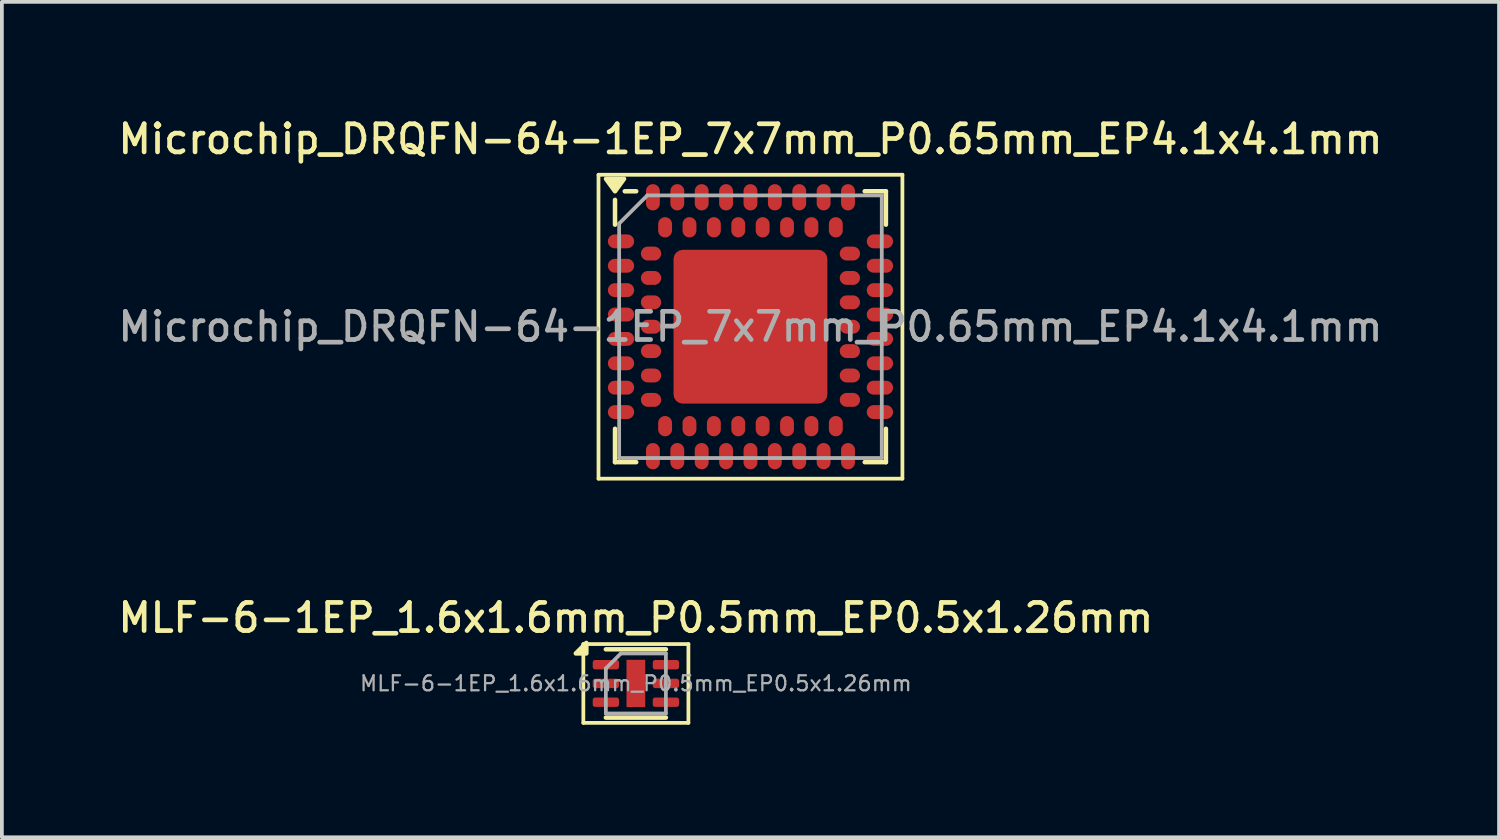
<source format=kicad_pcb>
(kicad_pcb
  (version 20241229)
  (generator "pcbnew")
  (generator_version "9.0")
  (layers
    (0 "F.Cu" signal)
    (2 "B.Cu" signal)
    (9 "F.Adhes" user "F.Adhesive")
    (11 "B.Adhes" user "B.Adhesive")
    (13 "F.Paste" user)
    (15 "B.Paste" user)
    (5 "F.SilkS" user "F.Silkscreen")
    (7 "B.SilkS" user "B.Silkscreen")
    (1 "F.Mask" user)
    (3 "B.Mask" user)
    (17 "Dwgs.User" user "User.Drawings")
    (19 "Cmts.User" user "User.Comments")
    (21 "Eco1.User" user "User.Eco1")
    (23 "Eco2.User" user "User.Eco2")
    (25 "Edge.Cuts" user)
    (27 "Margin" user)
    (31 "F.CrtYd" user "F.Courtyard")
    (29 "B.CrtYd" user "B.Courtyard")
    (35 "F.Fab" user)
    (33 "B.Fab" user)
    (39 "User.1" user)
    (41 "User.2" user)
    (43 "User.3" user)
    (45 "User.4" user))
  (footprint "Microchip_DRQFN-64-1EP_7x7mm_P0.65mm_EP4.1x4.1mm"
    (layer "F.Cu")
    (at 16.952 5.658)
    (property "Reference" "Microchip_DRQFN-64-1EP_7x7mm_P0.65mm_EP4.1x4.1mm" (at 0 -5 0) (layer "F.SilkS") (effects (font (size 0.75 0.75) (thickness 0.125))))
    (attr smd)
    (fp_line (start -4.05 -4.05) (end 4.05 -4.05) (stroke (width 0.1) (type solid)) (layer "F.SilkS"))
    (fp_line (start -4.05 4.05) (end -4.05 -4.05) (stroke (width 0.1) (type solid)) (layer "F.SilkS"))
    (fp_line (start -3.61 -3.38) (end -3.61 -2.72) (stroke (width 0.12) (type solid)) (layer "F.SilkS"))
    (fp_line (start -3.61 3.61) (end -3.61 2.72) (stroke (width 0.12) (type solid)) (layer "F.SilkS"))
    (fp_line (start -3.045 -3.61) (end -3.35 -3.61) (stroke (width 0.12) (type solid)) (layer "F.SilkS"))
    (fp_line (start -3.045 3.61) (end -3.61 3.61) (stroke (width 0.12) (type solid)) (layer "F.SilkS"))
    (fp_line (start 3.045 -3.61) (end 3.61 -3.61) (stroke (width 0.12) (type solid)) (layer "F.SilkS"))
    (fp_line (start 3.61 -3.61) (end 3.61 -2.72) (stroke (width 0.12) (type solid)) (layer "F.SilkS"))
    (fp_line (start 3.61 2.72) (end 3.61 3.61) (stroke (width 0.12) (type solid)) (layer "F.SilkS"))
    (fp_line (start 3.61 3.61) (end 3.045 3.61) (stroke (width 0.12) (type solid)) (layer "F.SilkS"))
    (fp_line (start 4.05 -4.05) (end 4.05 4.05) (stroke (width 0.1) (type solid)) (layer "F.SilkS"))
    (fp_line (start 4.05 4.05) (end -4.05 4.05) (stroke (width 0.1) (type solid)) (layer "F.SilkS"))
    (fp_poly (pts (xy -3.61 -3.61) (xy -3.85 -3.94) (xy -3.37 -3.94) (xy -3.61 -3.61)) (stroke (width 0.12) (type solid)) (fill yes) (layer "F.SilkS"))
    (fp_line (start -3.5 -2.75) (end -2.75 -3.5) (stroke (width 0.1) (type solid)) (layer "F.Fab"))
    (fp_line (start -3.5 3.5) (end -3.5 -2.75) (stroke (width 0.1) (type solid)) (layer "F.Fab"))
    (fp_line (start -2.75 -3.5) (end 3.5 -3.5) (stroke (width 0.1) (type solid)) (layer "F.Fab"))
    (fp_line (start 3.5 -3.5) (end 3.5 3.5) (stroke (width 0.1) (type solid)) (layer "F.Fab"))
    (fp_line (start 3.5 3.5) (end -3.5 3.5) (stroke (width 0.1) (type solid)) (layer "F.Fab"))
    (fp_text user "${REFERENCE}" (at 0 0 0) (layer "F.Fab") (effects (font (size 0.75 0.75) (thickness 0.125))))
    (pad "" smd roundrect (at -1.3 -1.3) (size 1.15 1.15) (layers "F.Paste") (roundrect_rratio 0.1))
    (pad "" smd roundrect (at -1.3 0) (size 1.15 1.15) (layers "F.Paste") (roundrect_rratio 0.1))
    (pad "" smd roundrect (at -1.3 1.3) (size 1.15 1.15) (layers "F.Paste") (roundrect_rratio 0.1))
    (pad "" smd roundrect (at 0 -1.3) (size 1.15 1.15) (layers "F.Paste") (roundrect_rratio 0.1))
    (pad "" smd roundrect (at 0 0) (size 1.15 1.15) (layers "F.Paste") (roundrect_rratio 0.1))
    (pad "" smd roundrect (at 0 1.3) (size 1.15 1.15) (layers "F.Paste") (roundrect_rratio 0.1))
    (pad "" smd roundrect (at 1.3 -1.3) (size 1.15 1.15) (layers "F.Paste") (roundrect_rratio 0.1))
    (pad "" smd roundrect (at 1.3 0) (size 1.15 1.15) (layers "F.Paste") (roundrect_rratio 0.1))
    (pad "" smd roundrect (at 1.3 1.3) (size 1.15 1.15) (layers "F.Paste") (roundrect_rratio 0.1))
    (pad "A1" smd oval (at -3.45 -2.275) (size 0.7 0.37) (layers "F.Cu" "F.Mask" "F.Paste"))
    (pad "A2" smd oval (at -3.45 -1.625) (size 0.7 0.37) (layers "F.Cu" "F.Mask" "F.Paste"))
    (pad "A3" smd oval (at -3.45 -0.975) (size 0.7 0.37) (layers "F.Cu" "F.Mask" "F.Paste"))
    (pad "A4" smd oval (at -3.45 -0.325) (size 0.7 0.37) (layers "F.Cu" "F.Mask" "F.Paste"))
    (pad "A5" smd oval (at -3.45 0.325) (size 0.7 0.37) (layers "F.Cu" "F.Mask" "F.Paste"))
    (pad "A6" smd oval (at -3.45 0.975) (size 0.7 0.37) (layers "F.Cu" "F.Mask" "F.Paste"))
    (pad "A7" smd oval (at -3.45 1.625) (size 0.7 0.37) (layers "F.Cu" "F.Mask" "F.Paste"))
    (pad "A8" smd oval (at -3.45 2.275) (size 0.7 0.37) (layers "F.Cu" "F.Mask" "F.Paste"))
    (pad "A9" smd oval (at -2.6 3.45) (size 0.37 0.7) (layers "F.Cu" "F.Mask" "F.Paste"))
    (pad "A10" smd oval (at -1.95 3.45) (size 0.37 0.7) (layers "F.Cu" "F.Mask" "F.Paste"))
    (pad "A11" smd oval (at -1.3 3.45) (size 0.37 0.7) (layers "F.Cu" "F.Mask" "F.Paste"))
    (pad "A12" smd oval (at -0.65 3.45) (size 0.37 0.7) (layers "F.Cu" "F.Mask" "F.Paste"))
    (pad "A13" smd oval (at 0 3.45) (size 0.37 0.7) (layers "F.Cu" "F.Mask" "F.Paste"))
    (pad "A14" smd oval (at 0.65 3.45) (size 0.37 0.7) (layers "F.Cu" "F.Mask" "F.Paste"))
    (pad "A15" smd oval (at 1.3 3.45) (size 0.37 0.7) (layers "F.Cu" "F.Mask" "F.Paste"))
    (pad "A16" smd oval (at 1.95 3.45) (size 0.37 0.7) (layers "F.Cu" "F.Mask" "F.Paste"))
    (pad "A17" smd oval (at 2.6 3.45) (size 0.37 0.7) (layers "F.Cu" "F.Mask" "F.Paste"))
    (pad "A18" smd oval (at 3.45 2.275) (size 0.7 0.37) (layers "F.Cu" "F.Mask" "F.Paste"))
    (pad "A19" smd oval (at 3.45 1.625) (size 0.7 0.37) (layers "F.Cu" "F.Mask" "F.Paste"))
    (pad "A20" smd oval (at 3.45 0.975) (size 0.7 0.37) (layers "F.Cu" "F.Mask" "F.Paste"))
    (pad "A21" smd oval (at 3.45 0.325) (size 0.7 0.37) (layers "F.Cu" "F.Mask" "F.Paste"))
    (pad "A22" smd oval (at 3.45 -0.325) (size 0.7 0.37) (layers "F.Cu" "F.Mask" "F.Paste"))
    (pad "A23" smd oval (at 3.45 -0.975) (size 0.7 0.37) (layers "F.Cu" "F.Mask" "F.Paste"))
    (pad "A24" smd oval (at 3.45 -1.625) (size 0.7 0.37) (layers "F.Cu" "F.Mask" "F.Paste"))
    (pad "A25" smd oval (at 3.45 -2.275) (size 0.7 0.37) (layers "F.Cu" "F.Mask" "F.Paste"))
    (pad "A26" smd oval (at 2.6 -3.45) (size 0.37 0.7) (layers "F.Cu" "F.Mask" "F.Paste"))
    (pad "A27" smd oval (at 1.95 -3.45) (size 0.37 0.7) (layers "F.Cu" "F.Mask" "F.Paste"))
    (pad "A28" smd oval (at 1.3 -3.45) (size 0.37 0.7) (layers "F.Cu" "F.Mask" "F.Paste"))
    (pad "A29" smd oval (at 0.65 -3.45) (size 0.37 0.7) (layers "F.Cu" "F.Mask" "F.Paste"))
    (pad "A30" smd oval (at 0 -3.45) (size 0.37 0.7) (layers "F.Cu" "F.Mask" "F.Paste"))
    (pad "A31" smd oval (at -0.65 -3.45) (size 0.37 0.7) (layers "F.Cu" "F.Mask" "F.Paste"))
    (pad "A32" smd oval (at -1.3 -3.45) (size 0.37 0.7) (layers "F.Cu" "F.Mask" "F.Paste"))
    (pad "A33" smd oval (at -1.95 -3.45) (size 0.37 0.7) (layers "F.Cu" "F.Mask" "F.Paste"))
    (pad "A34" smd oval (at -2.6 -3.45) (size 0.37 0.7) (layers "F.Cu" "F.Mask" "F.Paste"))
    (pad "B1" smd oval (at -2.65 -1.95) (size 0.54 0.37) (layers "F.Cu" "F.Mask" "F.Paste"))
    (pad "B2" smd oval (at -2.65 -1.3) (size 0.54 0.37) (layers "F.Cu" "F.Mask" "F.Paste"))
    (pad "B3" smd oval (at -2.65 -0.65) (size 0.54 0.37) (layers "F.Cu" "F.Mask" "F.Paste"))
    (pad "B4" smd oval (at -2.65 0) (size 0.54 0.37) (layers "F.Cu" "F.Mask" "F.Paste"))
    (pad "B5" smd oval (at -2.65 0.65) (size 0.54 0.37) (layers "F.Cu" "F.Mask" "F.Paste"))
    (pad "B6" smd oval (at -2.65 1.3) (size 0.54 0.37) (layers "F.Cu" "F.Mask" "F.Paste"))
    (pad "B7" smd oval (at -2.65 1.95) (size 0.54 0.37) (layers "F.Cu" "F.Mask" "F.Paste"))
    (pad "B8" smd oval (at -2.275 2.65) (size 0.37 0.54) (layers "F.Cu" "F.Mask" "F.Paste"))
    (pad "B9" smd oval (at -1.625 2.65) (size 0.37 0.54) (layers "F.Cu" "F.Mask" "F.Paste"))
    (pad "B10" smd oval (at -0.975 2.65) (size 0.37 0.54) (layers "F.Cu" "F.Mask" "F.Paste"))
    (pad "B11" smd oval (at -0.325 2.65) (size 0.37 0.54) (layers "F.Cu" "F.Mask" "F.Paste"))
    (pad "B12" smd oval (at 0.325 2.65) (size 0.37 0.54) (layers "F.Cu" "F.Mask" "F.Paste"))
    (pad "B13" smd oval (at 0.975 2.65) (size 0.37 0.54) (layers "F.Cu" "F.Mask" "F.Paste"))
    (pad "B14" smd oval (at 1.625 2.65) (size 0.37 0.54) (layers "F.Cu" "F.Mask" "F.Paste"))
    (pad "B15" smd oval (at 2.275 2.65) (size 0.37 0.54) (layers "F.Cu" "F.Mask" "F.Paste"))
    (pad "B16" smd oval (at 2.65 1.95) (size 0.54 0.37) (layers "F.Cu" "F.Mask" "F.Paste"))
    (pad "B17" smd oval (at 2.65 1.3) (size 0.54 0.37) (layers "F.Cu" "F.Mask" "F.Paste"))
    (pad "B18" smd oval (at 2.65 0.65) (size 0.54 0.37) (layers "F.Cu" "F.Mask" "F.Paste"))
    (pad "B19" smd oval (at 2.65 0) (size 0.54 0.37) (layers "F.Cu" "F.Mask" "F.Paste"))
    (pad "B20" smd oval (at 2.65 -0.65) (size 0.54 0.37) (layers "F.Cu" "F.Mask" "F.Paste"))
    (pad "B21" smd oval (at 2.65 -1.3) (size 0.54 0.37) (layers "F.Cu" "F.Mask" "F.Paste"))
    (pad "B22" smd oval (at 2.65 -1.95) (size 0.54 0.37) (layers "F.Cu" "F.Mask" "F.Paste"))
    (pad "B23" smd oval (at 2.275 -2.65) (size 0.37 0.54) (layers "F.Cu" "F.Mask" "F.Paste"))
    (pad "B24" smd oval (at 1.625 -2.65) (size 0.37 0.54) (layers "F.Cu" "F.Mask" "F.Paste"))
    (pad "B25" smd oval (at 0.975 -2.65) (size 0.37 0.54) (layers "F.Cu" "F.Mask" "F.Paste"))
    (pad "B26" smd oval (at 0.325 -2.65) (size 0.37 0.54) (layers "F.Cu" "F.Mask" "F.Paste"))
    (pad "B27" smd oval (at -0.325 -2.65) (size 0.37 0.54) (layers "F.Cu" "F.Mask" "F.Paste"))
    (pad "B28" smd oval (at -0.975 -2.65) (size 0.37 0.54) (layers "F.Cu" "F.Mask" "F.Paste"))
    (pad "B29" smd oval (at -1.625 -2.65) (size 0.37 0.54) (layers "F.Cu" "F.Mask" "F.Paste"))
    (pad "B30" smd oval (at -2.275 -2.65) (size 0.37 0.54) (layers "F.Cu" "F.Mask" "F.Paste"))
    (pad "EP" smd roundrect (at 0 0) (size 4.1 4.1) (layers "F.Cu" "F.Mask") (roundrect_rratio 0.06)))
  (footprint "MLF-6-1EP_1.6x1.6mm_P0.5mm_EP0.5x1.26mm"
    (layer "F.Cu")
    (at 13.898 15.166)
    (property "Reference" "MLF-6-1EP_1.6x1.6mm_P0.5mm_EP0.5x1.26mm" (at 0 -1.75 0) (layer "F.SilkS") (effects (font (size 0.75 0.75) (thickness 0.125))))
    (attr smd)
    (fp_line (start -1.4 -1.05) (end -1.4 1.05) (stroke (width 0.1) (type solid)) (layer "F.SilkS"))
    (fp_line (start -1.4 1.05) (end 1.4 1.05) (stroke (width 0.1) (type solid)) (layer "F.SilkS"))
    (fp_line (start -0.8 -0.91) (end 0.8 -0.91) (stroke (width 0.12) (type solid)) (layer "F.SilkS"))
    (fp_line (start -0.8 0.91) (end 0.8 0.91) (stroke (width 0.12) (type solid)) (layer "F.SilkS"))
    (fp_line (start 1.4 -1.05) (end -1.4 -1.05) (stroke (width 0.1) (type solid)) (layer "F.SilkS"))
    (fp_line (start 1.4 1.05) (end 1.4 -1.05) (stroke (width 0.1) (type solid)) (layer "F.SilkS"))
    (fp_poly (pts (xy -1.32 -0.8) (xy -1.6 -0.8) (xy -1.32 -1.08) (xy -1.32 -0.8)) (stroke (width 0.12) (type solid)) (fill yes) (layer "F.SilkS"))
    (fp_line (start -0.8 -0.4) (end -0.4 -0.8) (stroke (width 0.1) (type solid)) (layer "F.Fab"))
    (fp_line (start -0.8 0.8) (end -0.8 -0.4) (stroke (width 0.1) (type solid)) (layer "F.Fab"))
    (fp_line (start -0.4 -0.8) (end 0.8 -0.8) (stroke (width 0.1) (type solid)) (layer "F.Fab"))
    (fp_line (start 0.8 -0.8) (end 0.8 0.8) (stroke (width 0.1) (type solid)) (layer "F.Fab"))
    (fp_line (start 0.8 0.8) (end -0.8 0.8) (stroke (width 0.1) (type solid)) (layer "F.Fab"))
    (fp_text user "${REFERENCE}" (at 0 0 0) (layer "F.Fab") (effects (font (size 0.4 0.4) (thickness 0.06))))
    (pad "" smd roundrect (at 0 -0.315) (size 0.4 0.51) (layers "F.Paste") (roundrect_rratio 0.25))
    (pad "" smd roundrect (at 0 0.315) (size 0.4 0.51) (layers "F.Paste") (roundrect_rratio 0.25))
    (pad "1" smd roundrect (at -0.8 -0.5) (size 0.7 0.25) (layers "F.Cu" "F.Mask" "F.Paste") (roundrect_rratio 0.25))
    (pad "2" smd roundrect (at -0.8 0) (size 0.7 0.25) (layers "F.Cu" "F.Mask" "F.Paste") (roundrect_rratio 0.25))
    (pad "3" smd roundrect (at -0.8 0.5) (size 0.7 0.25) (layers "F.Cu" "F.Mask" "F.Paste") (roundrect_rratio 0.25))
    (pad "4" smd roundrect (at 0.8 0.5) (size 0.7 0.25) (layers "F.Cu" "F.Mask" "F.Paste") (roundrect_rratio 0.25))
    (pad "5" smd roundrect (at 0.8 0) (size 0.7 0.25) (layers "F.Cu" "F.Mask" "F.Paste") (roundrect_rratio 0.25))
    (pad "6" smd roundrect (at 0.8 -0.5) (size 0.7 0.25) (layers "F.Cu" "F.Mask" "F.Paste") (roundrect_rratio 0.25))
    (pad "7" smd rect (at 0 0) (size 0.5 1.26) (property pad_prop_heatsink) (layers "F.Cu" "F.Mask")))
  (gr_rect
    (start -3 -3)
    (end 36.904 19.266)
    (stroke (width 0.1) (type default))
    (fill no)
    (layer "Edge.Cuts")))
</source>
